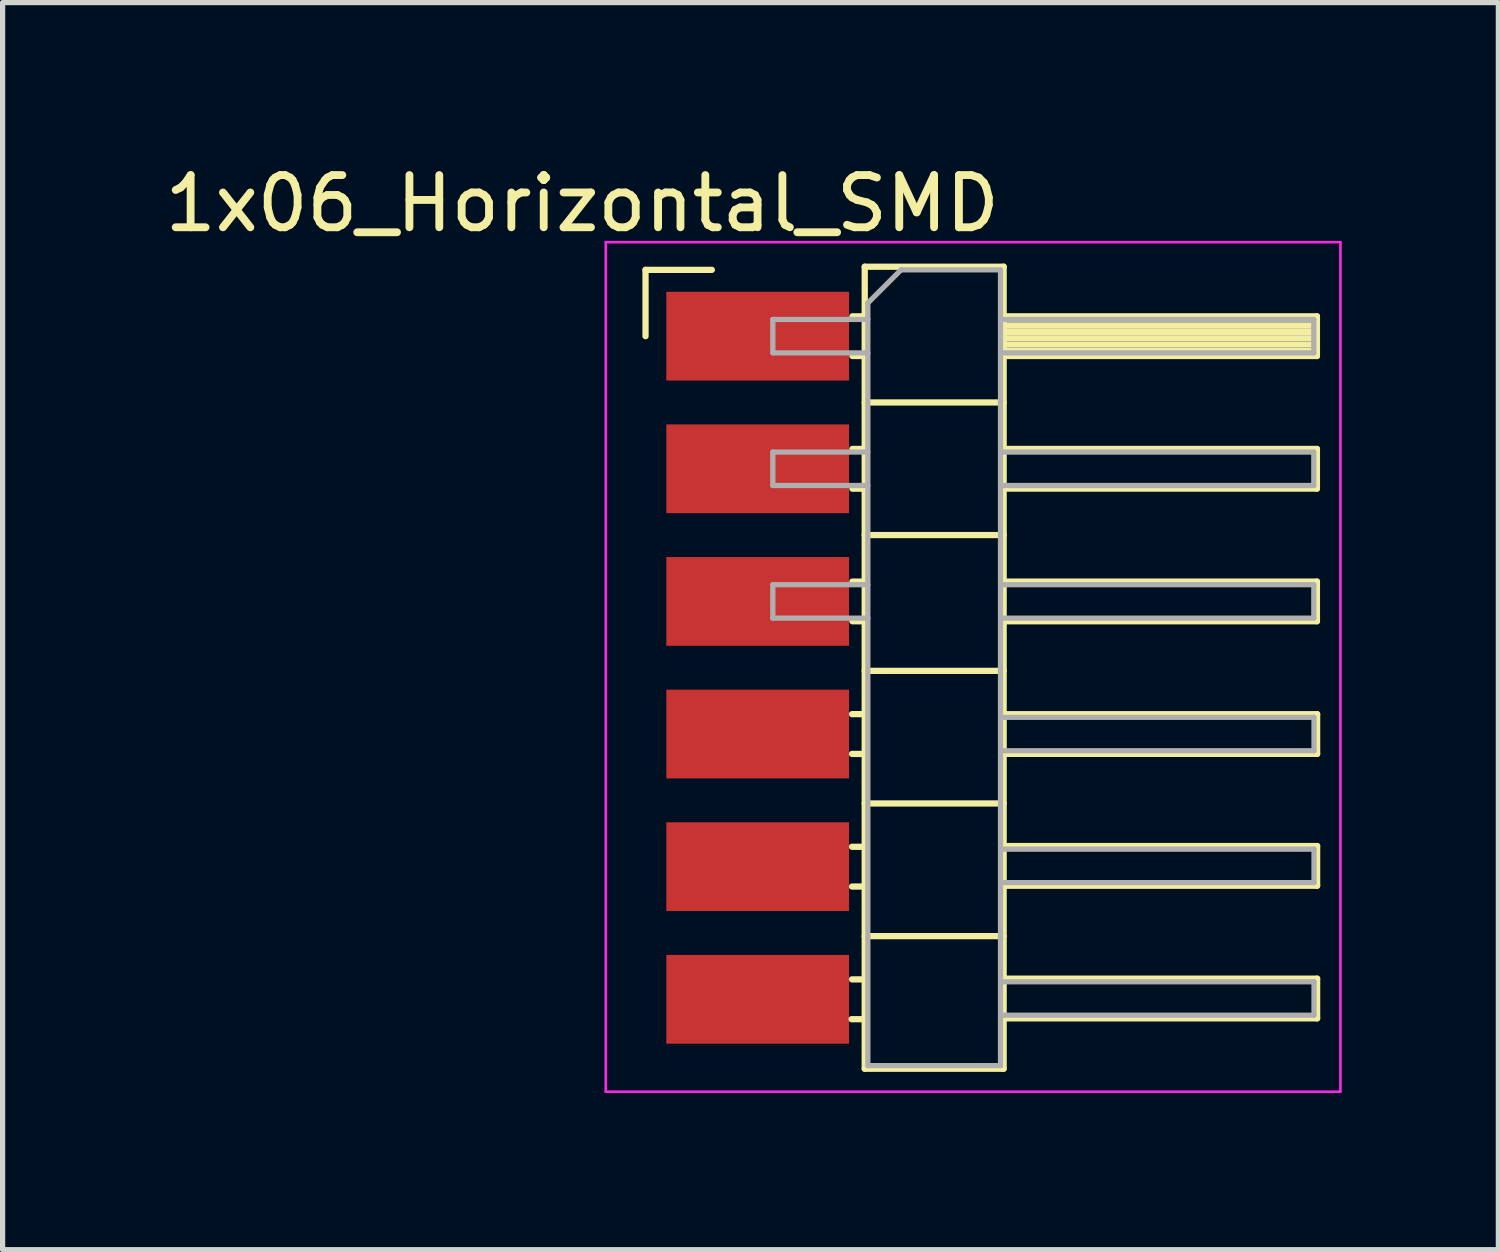
<source format=kicad_pcb>
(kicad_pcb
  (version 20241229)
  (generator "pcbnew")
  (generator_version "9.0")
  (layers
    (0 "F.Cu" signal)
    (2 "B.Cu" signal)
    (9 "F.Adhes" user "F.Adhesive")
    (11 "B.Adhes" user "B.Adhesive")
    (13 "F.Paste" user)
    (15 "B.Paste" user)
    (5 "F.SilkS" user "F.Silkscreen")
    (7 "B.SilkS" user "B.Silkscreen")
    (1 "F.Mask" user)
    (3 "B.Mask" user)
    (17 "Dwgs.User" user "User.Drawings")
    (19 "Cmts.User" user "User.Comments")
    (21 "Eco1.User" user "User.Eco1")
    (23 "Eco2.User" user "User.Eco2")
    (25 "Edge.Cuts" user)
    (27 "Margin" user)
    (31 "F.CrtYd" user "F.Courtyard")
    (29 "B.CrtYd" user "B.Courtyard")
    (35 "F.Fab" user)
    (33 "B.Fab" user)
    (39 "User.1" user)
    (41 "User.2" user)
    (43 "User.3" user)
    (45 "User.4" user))
  (footprint "1x06_Horizontal_SMD"
    (layer "F.Cu")
    (at 12.361 0.848)
    (property "Reference" "1x06_Horizontal_SMD" (at -4.26 0 0) (unlocked yes) (layer "F.SilkS") (effects (font (size 1 1) (thickness 0.15))))
    (attr smd)
    (fp_line (start -3.048 1.27) (end -1.778 1.27) (stroke (width 0.12) (type solid)) (layer "F.SilkS"))
    (fp_line (start -3.048 2.54) (end -3.048 1.27) (stroke (width 0.12) (type solid)) (layer "F.SilkS"))
    (fp_line (start 0.898 15.621) (end 1.134 15.621) (stroke (width 0.12) (type solid)) (layer "F.SilkS"))
    (fp_line (start 0.907 9.779) (end 1.143 9.779) (stroke (width 0.12) (type solid)) (layer "F.SilkS"))
    (fp_line (start 0.907 10.541) (end 1.143 10.541) (stroke (width 0.12) (type solid)) (layer "F.SilkS"))
    (fp_line (start 0.907 12.319) (end 1.143 12.319) (stroke (width 0.12) (type solid)) (layer "F.SilkS"))
    (fp_line (start 0.907 13.081) (end 1.143 13.081) (stroke (width 0.12) (type solid)) (layer "F.SilkS"))
    (fp_line (start 0.907 14.859) (end 1.143 14.859) (stroke (width 0.12) (type solid)) (layer "F.SilkS"))
    (fp_line (start 0.914 2.16) (end 1.15 2.16) (stroke (width 0.12) (type solid)) (layer "F.SilkS"))
    (fp_line (start 0.914 2.92) (end 1.15 2.92) (stroke (width 0.12) (type solid)) (layer "F.SilkS"))
    (fp_line (start 0.914 4.7) (end 1.15 4.7) (stroke (width 0.12) (type solid)) (layer "F.SilkS"))
    (fp_line (start 0.914 5.461) (end 1.15 5.46) (stroke (width 0.12) (type solid)) (layer "F.SilkS"))
    (fp_line (start 0.914 7.24) (end 1.15 7.24) (stroke (width 0.12) (type solid)) (layer "F.SilkS"))
    (fp_line (start 0.914 8) (end 1.15 8) (stroke (width 0.12) (type solid)) (layer "F.SilkS"))
    (fp_line (start 1.15 1.21) (end 1.15 16.57) (stroke (width 0.12) (type solid)) (layer "F.SilkS"))
    (fp_line (start 1.15 3.81) (end 3.81 3.81) (stroke (width 0.12) (type solid)) (layer "F.SilkS"))
    (fp_line (start 1.15 6.35) (end 3.81 6.35) (stroke (width 0.12) (type solid)) (layer "F.SilkS"))
    (fp_line (start 1.15 8.95) (end 3.81 8.95) (stroke (width 0.12) (type solid)) (layer "F.SilkS"))
    (fp_line (start 1.15 11.49) (end 3.81 11.49) (stroke (width 0.12) (type solid)) (layer "F.SilkS"))
    (fp_line (start 1.15 14.03) (end 3.81 14.03) (stroke (width 0.12) (type solid)) (layer "F.SilkS"))
    (fp_line (start 1.15 16.57) (end 3.81 16.57) (stroke (width 0.12) (type solid)) (layer "F.SilkS"))
    (fp_line (start 3.81 1.21) (end 1.15 1.21) (stroke (width 0.12) (type solid)) (layer "F.SilkS"))
    (fp_line (start 3.81 2.16) (end 9.81 2.16) (stroke (width 0.12) (type solid)) (layer "F.SilkS"))
    (fp_line (start 3.81 2.22) (end 9.81 2.22) (stroke (width 0.12) (type solid)) (layer "F.SilkS"))
    (fp_line (start 3.81 2.34) (end 9.81 2.34) (stroke (width 0.12) (type solid)) (layer "F.SilkS"))
    (fp_line (start 3.81 2.46) (end 9.81 2.46) (stroke (width 0.12) (type solid)) (layer "F.SilkS"))
    (fp_line (start 3.81 2.58) (end 9.81 2.58) (stroke (width 0.12) (type solid)) (layer "F.SilkS"))
    (fp_line (start 3.81 2.7) (end 9.81 2.7) (stroke (width 0.12) (type solid)) (layer "F.SilkS"))
    (fp_line (start 3.81 2.82) (end 9.81 2.82) (stroke (width 0.12) (type solid)) (layer "F.SilkS"))
    (fp_line (start 3.81 4.7) (end 9.81 4.7) (stroke (width 0.12) (type solid)) (layer "F.SilkS"))
    (fp_line (start 3.81 7.24) (end 9.81 7.24) (stroke (width 0.12) (type solid)) (layer "F.SilkS"))
    (fp_line (start 3.81 16.57) (end 3.81 1.21) (stroke (width 0.12) (type solid)) (layer "F.SilkS"))
    (fp_line (start 3.814 9.78) (end 9.814 9.78) (stroke (width 0.12) (type solid)) (layer "F.SilkS"))
    (fp_line (start 3.814 12.305) (end 9.814 12.305) (stroke (width 0.12) (type solid)) (layer "F.SilkS"))
    (fp_line (start 3.814 14.845) (end 9.814 14.845) (stroke (width 0.12) (type solid)) (layer "F.SilkS"))
    (fp_line (start 9.81 2.16) (end 9.81 2.92) (stroke (width 0.12) (type solid)) (layer "F.SilkS"))
    (fp_line (start 9.81 2.92) (end 3.81 2.92) (stroke (width 0.12) (type solid)) (layer "F.SilkS"))
    (fp_line (start 9.81 4.7) (end 9.81 5.46) (stroke (width 0.12) (type solid)) (layer "F.SilkS"))
    (fp_line (start 9.81 5.46) (end 3.81 5.46) (stroke (width 0.12) (type solid)) (layer "F.SilkS"))
    (fp_line (start 9.81 7.24) (end 9.81 8) (stroke (width 0.12) (type solid)) (layer "F.SilkS"))
    (fp_line (start 9.81 8) (end 3.81 8) (stroke (width 0.12) (type solid)) (layer "F.SilkS"))
    (fp_line (start 9.814 9.78) (end 9.814 10.54) (stroke (width 0.12) (type solid)) (layer "F.SilkS"))
    (fp_line (start 9.814 10.54) (end 3.814 10.54) (stroke (width 0.12) (type solid)) (layer "F.SilkS"))
    (fp_line (start 9.814 12.305) (end 9.814 13.065) (stroke (width 0.12) (type solid)) (layer "F.SilkS"))
    (fp_line (start 9.814 13.065) (end 3.814 13.065) (stroke (width 0.12) (type solid)) (layer "F.SilkS"))
    (fp_line (start 9.814 14.845) (end 9.814 15.605) (stroke (width 0.12) (type solid)) (layer "F.SilkS"))
    (fp_line (start 9.814 15.605) (end 3.814 15.605) (stroke (width 0.12) (type solid)) (layer "F.SilkS"))
    (fp_line (start -3.81 0.74) (end -3.81 17.01) (stroke (width 0.05) (type solid)) (layer "F.CrtYd"))
    (fp_line (start -3.81 17.01) (end 10.26 17.01) (stroke (width 0.05) (type solid)) (layer "F.CrtYd"))
    (fp_line (start 10.26 0.74) (end -3.81 0.74) (stroke (width 0.05) (type solid)) (layer "F.CrtYd"))
    (fp_line (start 10.26 17.01) (end 10.26 0.74) (stroke (width 0.05) (type solid)) (layer "F.CrtYd"))
    (fp_line (start -0.61 2.22) (end -0.61 2.86) (stroke (width 0.1) (type solid)) (layer "F.Fab"))
    (fp_line (start -0.61 2.22) (end 1.21 2.22) (stroke (width 0.1) (type solid)) (layer "F.Fab"))
    (fp_line (start -0.61 2.86) (end 1.21 2.86) (stroke (width 0.1) (type solid)) (layer "F.Fab"))
    (fp_line (start -0.61 4.76) (end -0.61 5.4) (stroke (width 0.1) (type solid)) (layer "F.Fab"))
    (fp_line (start -0.61 4.76) (end 1.21 4.76) (stroke (width 0.1) (type solid)) (layer "F.Fab"))
    (fp_line (start -0.61 5.4) (end 1.21 5.4) (stroke (width 0.1) (type solid)) (layer "F.Fab"))
    (fp_line (start -0.61 7.3) (end -0.61 7.94) (stroke (width 0.1) (type solid)) (layer "F.Fab"))
    (fp_line (start -0.61 7.3) (end 1.21 7.3) (stroke (width 0.1) (type solid)) (layer "F.Fab"))
    (fp_line (start -0.61 7.94) (end 1.21 7.94) (stroke (width 0.1) (type solid)) (layer "F.Fab"))
    (fp_line (start 1.21 1.905) (end 1.845 1.27) (stroke (width 0.1) (type solid)) (layer "F.Fab"))
    (fp_line (start 1.21 16.51) (end 1.21 1.905) (stroke (width 0.1) (type solid)) (layer "F.Fab"))
    (fp_line (start 1.845 1.27) (end 3.75 1.27) (stroke (width 0.1) (type solid)) (layer "F.Fab"))
    (fp_line (start 3.75 1.27) (end 3.75 16.51) (stroke (width 0.1) (type solid)) (layer "F.Fab"))
    (fp_line (start 3.75 2.22) (end 9.75 2.22) (stroke (width 0.1) (type solid)) (layer "F.Fab"))
    (fp_line (start 3.75 2.86) (end 9.75 2.86) (stroke (width 0.1) (type solid)) (layer "F.Fab"))
    (fp_line (start 3.75 4.76) (end 9.75 4.76) (stroke (width 0.1) (type solid)) (layer "F.Fab"))
    (fp_line (start 3.75 5.4) (end 9.75 5.4) (stroke (width 0.1) (type solid)) (layer "F.Fab"))
    (fp_line (start 3.75 7.3) (end 9.75 7.3) (stroke (width 0.1) (type solid)) (layer "F.Fab"))
    (fp_line (start 3.75 7.94) (end 9.75 7.94) (stroke (width 0.1) (type solid)) (layer "F.Fab"))
    (fp_line (start 3.75 16.51) (end 1.21 16.51) (stroke (width 0.1) (type solid)) (layer "F.Fab"))
    (fp_line (start 3.754 9.84) (end 9.754 9.84) (stroke (width 0.1) (type solid)) (layer "F.Fab"))
    (fp_line (start 3.754 10.48) (end 9.754 10.48) (stroke (width 0.1) (type solid)) (layer "F.Fab"))
    (fp_line (start 3.754 12.365) (end 9.754 12.365) (stroke (width 0.1) (type solid)) (layer "F.Fab"))
    (fp_line (start 3.754 13.005) (end 9.754 13.005) (stroke (width 0.1) (type solid)) (layer "F.Fab"))
    (fp_line (start 3.754 14.905) (end 9.754 14.905) (stroke (width 0.1) (type solid)) (layer "F.Fab"))
    (fp_line (start 3.754 15.545) (end 9.754 15.545) (stroke (width 0.1) (type solid)) (layer "F.Fab"))
    (fp_line (start 9.75 2.22) (end 9.75 2.86) (stroke (width 0.1) (type solid)) (layer "F.Fab"))
    (fp_line (start 9.75 4.76) (end 9.75 5.4) (stroke (width 0.1) (type solid)) (layer "F.Fab"))
    (fp_line (start 9.75 7.3) (end 9.75 7.94) (stroke (width 0.1) (type solid)) (layer "F.Fab"))
    (fp_line (start 9.754 9.84) (end 9.754 10.48) (stroke (width 0.1) (type solid)) (layer "F.Fab"))
    (fp_line (start 9.754 12.365) (end 9.754 13.005) (stroke (width 0.1) (type solid)) (layer "F.Fab"))
    (fp_line (start 9.754 14.905) (end 9.754 15.545) (stroke (width 0.1) (type solid)) (layer "F.Fab"))
    (pad "1" smd rect (at 0 2.54) (size 3.5 1.7) (drill (offset -0.9 0)) (layers "F.Cu" "F.Mask"))
    (pad "2" smd rect (at 0 5.08) (size 3.5 1.7) (drill (offset -0.9 0)) (layers "F.Cu" "F.Mask"))
    (pad "3" smd rect (at 0 7.62) (size 3.5 1.7) (drill (offset -0.9 0)) (layers "F.Cu" "F.Mask"))
    (pad "4" smd rect (at 0 10.16) (size 3.5 1.7) (drill (offset -0.9 0)) (layers "F.Cu" "F.Mask"))
    (pad "5" smd rect (at 0 12.7) (size 3.5 1.7) (drill (offset -0.9 0)) (layers "F.Cu" "F.Mask"))
    (pad "6" smd rect (at 0 15.24) (size 3.5 1.7) (drill (offset -0.9 0)) (layers "F.Cu" "F.Mask")))
  (gr_rect
    (start -3 -3)
    (end 25.646 20.883)
    (stroke (width 0.1) (type default))
    (fill no)
    (layer "Edge.Cuts")))
</source>
